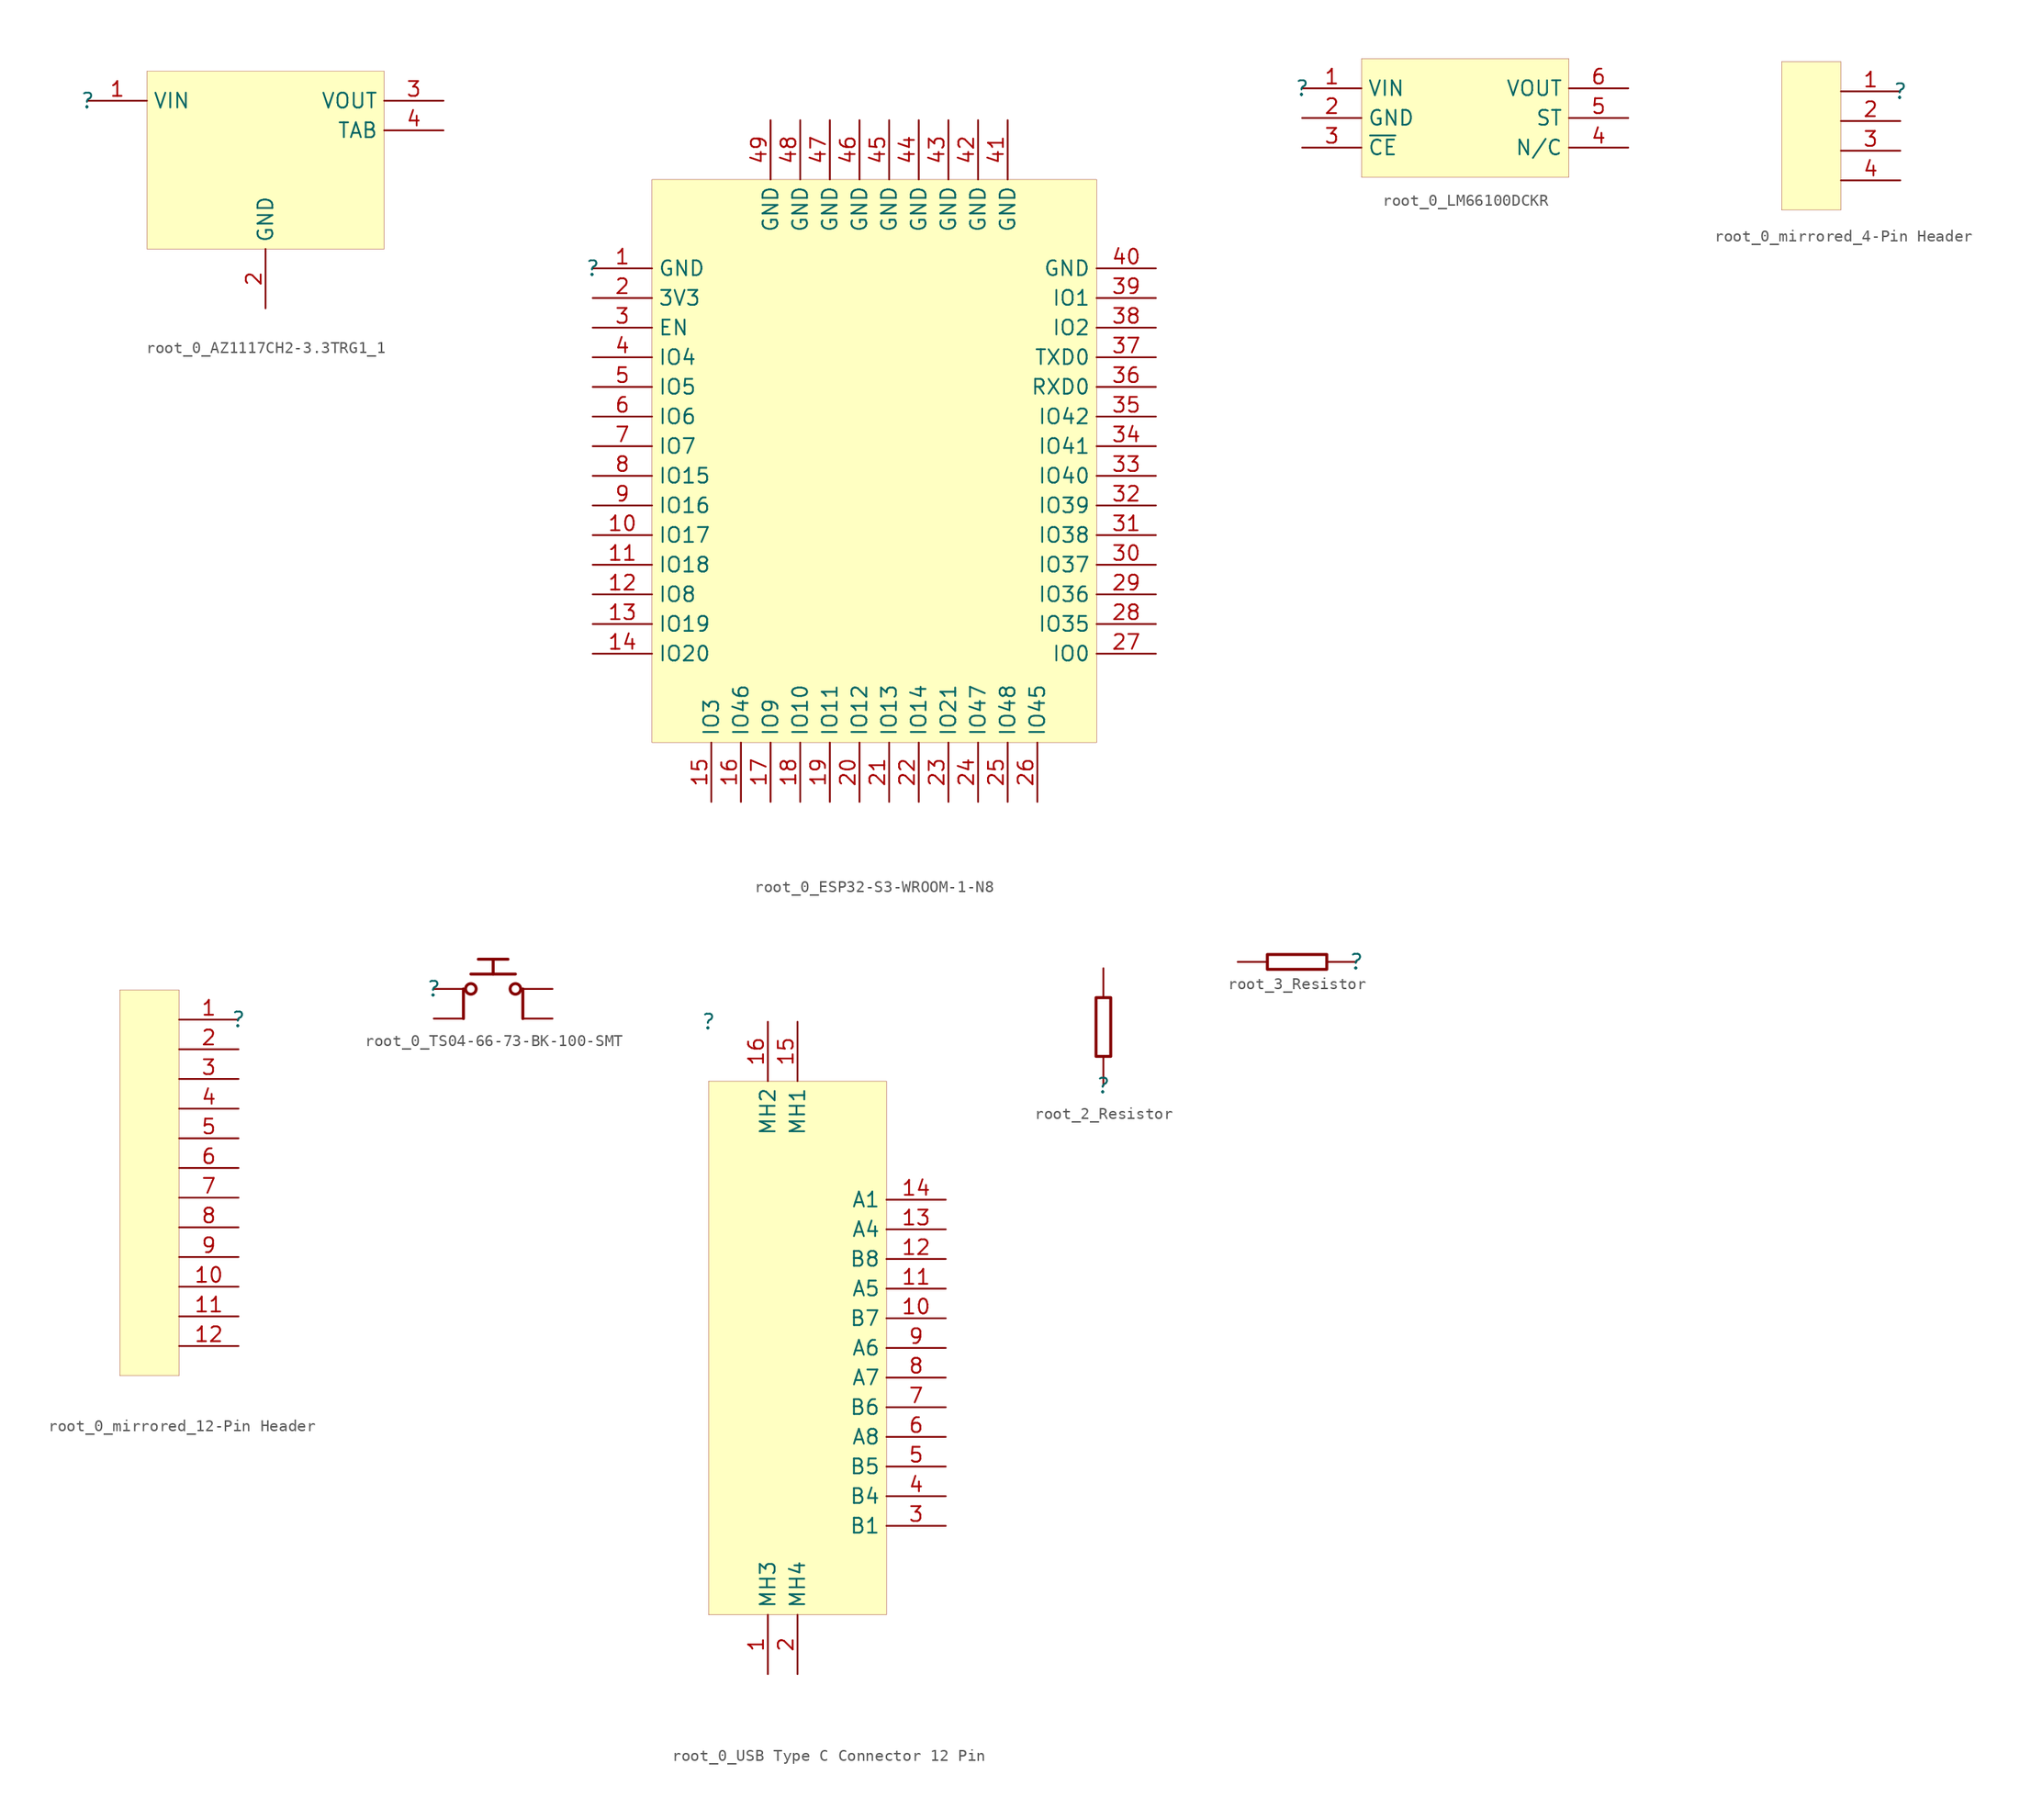
<source format=kicad_sym>
(kicad_symbol_lib
  (version 20231120)
  (generator "kicad_symbol_editor")
  (generator_version "8.0")
  (symbol "root_0_AZ1117CH2-3.3TRG1_1"
    (property "Reference" ""
      (at 0 0 0)
      (effects (font (size 1.27 1.27))))
    (property "Value" ""
      (at 0 0 0)
      (effects (font (size 1.27 1.27))))
    (symbol "root_0_AZ1117CH2-3.3TRG1_1_1_0"
      (rectangle (start 25.4 2.54) (end 5.08 -12.7) (stroke (width 0.025) (type solid) (color 128 0 0 1)) (fill (type background)))
      (pin passive line (at 0 0 0) (length 5.08) (name "VIN" (effects (font (size 1.27 1.27)))) (number "1" (effects (font (size 1.27 1.27)))))
      (pin passive line (at 15.24 -17.78 90) (length 5.08) (name "GND" (effects (font (size 1.27 1.27)))) (number "2" (effects (font (size 1.27 1.27)))))
      (pin passive line (at 30.48 0 180) (length 5.08) (name "VOUT" (effects (font (size 1.27 1.27)))) (number "3" (effects (font (size 1.27 1.27)))))
      (pin passive line (at 30.48 -2.54 180) (length 5.08) (name "TAB" (effects (font (size 1.27 1.27)))) (number "4" (effects (font (size 1.27 1.27)))))))
  (symbol "root_0_ESP32-S3-WROOM-1-N8"
    (property "Reference" ""
      (at 0 0 0)
      (effects (font (size 1.27 1.27))))
    (property "Value" ""
      (at 0 0 0)
      (effects (font (size 1.27 1.27))))
    (symbol "root_0_ESP32-S3-WROOM-1-N8_1_0"
      (rectangle (start 43.18 7.62) (end 5.08 -40.64) (stroke (width 0.025) (type solid) (color 128 0 0 1)) (fill (type background)))
      (pin passive line (at 0 0 0) (length 5.08) (name "GND" (effects (font (size 1.27 1.27)))) (number "1" (effects (font (size 1.27 1.27)))))
      (pin passive line (at 0 -22.86 0) (length 5.08) (name "IO17" (effects (font (size 1.27 1.27)))) (number "10" (effects (font (size 1.27 1.27)))))
      (pin passive line (at 0 -25.4 0) (length 5.08) (name "IO18" (effects (font (size 1.27 1.27)))) (number "11" (effects (font (size 1.27 1.27)))))
      (pin passive line (at 0 -27.94 0) (length 5.08) (name "IO8" (effects (font (size 1.27 1.27)))) (number "12" (effects (font (size 1.27 1.27)))))
      (pin passive line (at 0 -30.48 0) (length 5.08) (name "IO19" (effects (font (size 1.27 1.27)))) (number "13" (effects (font (size 1.27 1.27)))))
      (pin passive line (at 0 -33.02 0) (length 5.08) (name "IO20" (effects (font (size 1.27 1.27)))) (number "14" (effects (font (size 1.27 1.27)))))
      (pin passive line (at 10.16 -45.72 90) (length 5.08) (name "IO3" (effects (font (size 1.27 1.27)))) (number "15" (effects (font (size 1.27 1.27)))))
      (pin passive line (at 12.7 -45.72 90) (length 5.08) (name "IO46" (effects (font (size 1.27 1.27)))) (number "16" (effects (font (size 1.27 1.27)))))
      (pin passive line (at 15.24 -45.72 90) (length 5.08) (name "IO9" (effects (font (size 1.27 1.27)))) (number "17" (effects (font (size 1.27 1.27)))))
      (pin passive line (at 17.78 -45.72 90) (length 5.08) (name "IO10" (effects (font (size 1.27 1.27)))) (number "18" (effects (font (size 1.27 1.27)))))
      (pin passive line (at 20.32 -45.72 90) (length 5.08) (name "IO11" (effects (font (size 1.27 1.27)))) (number "19" (effects (font (size 1.27 1.27)))))
      (pin passive line (at 0 -2.54 0) (length 5.08) (name "3V3" (effects (font (size 1.27 1.27)))) (number "2" (effects (font (size 1.27 1.27)))))
      (pin passive line (at 22.86 -45.72 90) (length 5.08) (name "IO12" (effects (font (size 1.27 1.27)))) (number "20" (effects (font (size 1.27 1.27)))))
      (pin passive line (at 25.4 -45.72 90) (length 5.08) (name "IO13" (effects (font (size 1.27 1.27)))) (number "21" (effects (font (size 1.27 1.27)))))
      (pin passive line (at 27.94 -45.72 90) (length 5.08) (name "IO14" (effects (font (size 1.27 1.27)))) (number "22" (effects (font (size 1.27 1.27)))))
      (pin passive line (at 30.48 -45.72 90) (length 5.08) (name "IO21" (effects (font (size 1.27 1.27)))) (number "23" (effects (font (size 1.27 1.27)))))
      (pin passive line (at 33.02 -45.72 90) (length 5.08) (name "IO47" (effects (font (size 1.27 1.27)))) (number "24" (effects (font (size 1.27 1.27)))))
      (pin passive line (at 35.56 -45.72 90) (length 5.08) (name "IO48" (effects (font (size 1.27 1.27)))) (number "25" (effects (font (size 1.27 1.27)))))
      (pin passive line (at 38.1 -45.72 90) (length 5.08) (name "IO45" (effects (font (size 1.27 1.27)))) (number "26" (effects (font (size 1.27 1.27)))))
      (pin passive line (at 48.26 -33.02 180) (length 5.08) (name "IO0" (effects (font (size 1.27 1.27)))) (number "27" (effects (font (size 1.27 1.27)))))
      (pin passive line (at 48.26 -30.48 180) (length 5.08) (name "IO35" (effects (font (size 1.27 1.27)))) (number "28" (effects (font (size 1.27 1.27)))))
      (pin passive line (at 48.26 -27.94 180) (length 5.08) (name "IO36" (effects (font (size 1.27 1.27)))) (number "29" (effects (font (size 1.27 1.27)))))
      (pin passive line (at 0 -5.08 0) (length 5.08) (name "EN" (effects (font (size 1.27 1.27)))) (number "3" (effects (font (size 1.27 1.27)))))
      (pin passive line (at 48.26 -25.4 180) (length 5.08) (name "IO37" (effects (font (size 1.27 1.27)))) (number "30" (effects (font (size 1.27 1.27)))))
      (pin passive line (at 48.26 -22.86 180) (length 5.08) (name "IO38" (effects (font (size 1.27 1.27)))) (number "31" (effects (font (size 1.27 1.27)))))
      (pin passive line (at 48.26 -20.32 180) (length 5.08) (name "IO39" (effects (font (size 1.27 1.27)))) (number "32" (effects (font (size 1.27 1.27)))))
      (pin passive line (at 48.26 -17.78 180) (length 5.08) (name "IO40" (effects (font (size 1.27 1.27)))) (number "33" (effects (font (size 1.27 1.27)))))
      (pin passive line (at 48.26 -15.24 180) (length 5.08) (name "IO41" (effects (font (size 1.27 1.27)))) (number "34" (effects (font (size 1.27 1.27)))))
      (pin passive line (at 48.26 -12.7 180) (length 5.08) (name "IO42" (effects (font (size 1.27 1.27)))) (number "35" (effects (font (size 1.27 1.27)))))
      (pin passive line (at 48.26 -10.16 180) (length 5.08) (name "RXD0" (effects (font (size 1.27 1.27)))) (number "36" (effects (font (size 1.27 1.27)))))
      (pin passive line (at 48.26 -7.62 180) (length 5.08) (name "TXD0" (effects (font (size 1.27 1.27)))) (number "37" (effects (font (size 1.27 1.27)))))
      (pin passive line (at 48.26 -5.08 180) (length 5.08) (name "IO2" (effects (font (size 1.27 1.27)))) (number "38" (effects (font (size 1.27 1.27)))))
      (pin passive line (at 48.26 -2.54 180) (length 5.08) (name "IO1" (effects (font (size 1.27 1.27)))) (number "39" (effects (font (size 1.27 1.27)))))
      (pin passive line (at 0 -7.62 0) (length 5.08) (name "IO4" (effects (font (size 1.27 1.27)))) (number "4" (effects (font (size 1.27 1.27)))))
      (pin passive line (at 48.26 0 180) (length 5.08) (name "GND" (effects (font (size 1.27 1.27)))) (number "40" (effects (font (size 1.27 1.27)))))
      (pin passive line (at 35.56 12.7 270) (length 5.08) (name "GND" (effects (font (size 1.27 1.27)))) (number "41" (effects (font (size 1.27 1.27)))))
      (pin passive line (at 33.02 12.7 270) (length 5.08) (name "GND" (effects (font (size 1.27 1.27)))) (number "42" (effects (font (size 1.27 1.27)))))
      (pin passive line (at 30.48 12.7 270) (length 5.08) (name "GND" (effects (font (size 1.27 1.27)))) (number "43" (effects (font (size 1.27 1.27)))))
      (pin passive line (at 27.94 12.7 270) (length 5.08) (name "GND" (effects (font (size 1.27 1.27)))) (number "44" (effects (font (size 1.27 1.27)))))
      (pin passive line (at 25.4 12.7 270) (length 5.08) (name "GND" (effects (font (size 1.27 1.27)))) (number "45" (effects (font (size 1.27 1.27)))))
      (pin passive line (at 22.86 12.7 270) (length 5.08) (name "GND" (effects (font (size 1.27 1.27)))) (number "46" (effects (font (size 1.27 1.27)))))
      (pin passive line (at 20.32 12.7 270) (length 5.08) (name "GND" (effects (font (size 1.27 1.27)))) (number "47" (effects (font (size 1.27 1.27)))))
      (pin passive line (at 17.78 12.7 270) (length 5.08) (name "GND" (effects (font (size 1.27 1.27)))) (number "48" (effects (font (size 1.27 1.27)))))
      (pin passive line (at 15.24 12.7 270) (length 5.08) (name "GND" (effects (font (size 1.27 1.27)))) (number "49" (effects (font (size 1.27 1.27)))))
      (pin passive line (at 0 -10.16 0) (length 5.08) (name "IO5" (effects (font (size 1.27 1.27)))) (number "5" (effects (font (size 1.27 1.27)))))
      (pin passive line (at 0 -12.7 0) (length 5.08) (name "IO6" (effects (font (size 1.27 1.27)))) (number "6" (effects (font (size 1.27 1.27)))))
      (pin passive line (at 0 -15.24 0) (length 5.08) (name "IO7" (effects (font (size 1.27 1.27)))) (number "7" (effects (font (size 1.27 1.27)))))
      (pin passive line (at 0 -17.78 0) (length 5.08) (name "IO15" (effects (font (size 1.27 1.27)))) (number "8" (effects (font (size 1.27 1.27)))))
      (pin passive line (at 0 -20.32 0) (length 5.08) (name "IO16" (effects (font (size 1.27 1.27)))) (number "9" (effects (font (size 1.27 1.27)))))))
  (symbol "root_0_LM66100DCKR"
    (property "Reference" ""
      (at 0 0 0)
      (effects (font (size 1.27 1.27))))
    (property "Value" ""
      (at 0 0 0)
      (effects (font (size 1.27 1.27))))
    (symbol "root_0_LM66100DCKR_1_0"
      (rectangle (start 22.86 2.54) (end 5.08 -7.62) (stroke (width 0.025) (type solid) (color 128 0 0 1)) (fill (type background)))
      (pin passive line (at 0 0 0) (length 5.08) (name "VIN" (effects (font (size 1.27 1.27)))) (number "1" (effects (font (size 1.27 1.27)))))
      (pin passive line (at 0 -2.54 0) (length 5.08) (name "GND" (effects (font (size 1.27 1.27)))) (number "2" (effects (font (size 1.27 1.27)))))
      (pin passive line (at 0 -5.08 0) (length 5.08) (name "~{CE}" (effects (font (size 1.27 1.27)))) (number "3" (effects (font (size 1.27 1.27)))))
      (pin passive line (at 27.94 -5.08 180) (length 5.08) (name "N/C" (effects (font (size 1.27 1.27)))) (number "4" (effects (font (size 1.27 1.27)))))
      (pin passive line (at 27.94 -2.54 180) (length 5.08) (name "ST" (effects (font (size 1.27 1.27)))) (number "5" (effects (font (size 1.27 1.27)))))
      (pin passive line (at 27.94 0 180) (length 5.08) (name "VOUT" (effects (font (size 1.27 1.27)))) (number "6" (effects (font (size 1.27 1.27)))))))
  (symbol "root_0_mirrored_4-Pin Header"
    (property "Reference" ""
      (at 0 0 0)
      (effects (font (size 1.27 1.27))))
    (property "Value" ""
      (at 0 0 0)
      (effects (font (size 1.27 1.27))))
    (symbol "root_0_mirrored_4-Pin Header_1_0"
      (rectangle (start -5.08 2.54) (end -10.16 -10.16) (stroke (width 0.025) (type solid) (color 128 0 0 1)) (fill (type background)))
      (pin passive line (at 0 0 180) (length 5.08) (name "" (effects (font (size 1.27 1.27)))) (number "1" (effects (font (size 1.27 1.27)))))
      (pin passive line (at 0 -2.54 180) (length 5.08) (name "" (effects (font (size 1.27 1.27)))) (number "2" (effects (font (size 1.27 1.27)))))
      (pin passive line (at 0 -5.08 180) (length 5.08) (name "" (effects (font (size 1.27 1.27)))) (number "3" (effects (font (size 1.27 1.27)))))
      (pin passive line (at 0 -7.62 180) (length 5.08) (name "" (effects (font (size 1.27 1.27)))) (number "4" (effects (font (size 1.27 1.27)))))))
  (symbol "root_0_mirrored_12-Pin Header"
    (property "Reference" ""
      (at 0 0 0)
      (effects (font (size 1.27 1.27))))
    (property "Value" ""
      (at 0 0 0)
      (effects (font (size 1.27 1.27))))
    (symbol "root_0_mirrored_12-Pin Header_1_0"
      (rectangle (start -5.08 2.54) (end -10.16 -30.48) (stroke (width 0.025) (type solid) (color 128 0 0 1)) (fill (type background)))
      (pin passive line (at 0 0 180) (length 5.08) (name "" (effects (font (size 1.27 1.27)))) (number "1" (effects (font (size 1.27 1.27)))))
      (pin passive line (at 0 -22.86 180) (length 5.08) (name "" (effects (font (size 1.27 1.27)))) (number "10" (effects (font (size 1.27 1.27)))))
      (pin passive line (at 0 -25.4 180) (length 5.08) (name "" (effects (font (size 0 0)))) (number "11" (effects (font (size 1.27 1.27)))))
      (pin passive line (at 0 -27.94 180) (length 5.08) (name "" (effects (font (size 0 0)))) (number "12" (effects (font (size 1.27 1.27)))))
      (pin passive line (at 0 -2.54 180) (length 5.08) (name "" (effects (font (size 1.27 1.27)))) (number "2" (effects (font (size 1.27 1.27)))))
      (pin passive line (at 0 -5.08 180) (length 5.08) (name "" (effects (font (size 1.27 1.27)))) (number "3" (effects (font (size 1.27 1.27)))))
      (pin passive line (at 0 -7.62 180) (length 5.08) (name "" (effects (font (size 1.27 1.27)))) (number "4" (effects (font (size 1.27 1.27)))))
      (pin passive line (at 0 -10.16 180) (length 5.08) (name "" (effects (font (size 1.27 1.27)))) (number "5" (effects (font (size 1.27 1.27)))))
      (pin passive line (at 0 -12.7 180) (length 5.08) (name "" (effects (font (size 1.27 1.27)))) (number "6" (effects (font (size 1.27 1.27)))))
      (pin passive line (at 0 -15.24 180) (length 5.08) (name "" (effects (font (size 1.27 1.27)))) (number "7" (effects (font (size 1.27 1.27)))))
      (pin passive line (at 0 -17.78 180) (length 5.08) (name "" (effects (font (size 1.27 1.27)))) (number "8" (effects (font (size 1.27 1.27)))))
      (pin passive line (at 0 -20.32 180) (length 5.08) (name "" (effects (font (size 1.27 1.27)))) (number "9" (effects (font (size 1.27 1.27)))))))
  (symbol "root_0_TS04-66-73-BK-100-SMT"
    (property "Reference" ""
      (at 0 0 0)
      (effects (font (size 1.27 1.27))))
    (property "Value" ""
      (at 0 0 0)
      (effects (font (size 1.27 1.27))))
    (symbol "root_0_TS04-66-73-BK-100-SMT_1_0"
      (polyline (pts (xy 2.54 -2.54) (xy 2.54 0)) (stroke (width 0.254) (type solid)) (fill (type none)))
      (polyline (pts (xy 3.175 1.27) (xy 6.985 1.27)) (stroke (width 0.254) (type solid)) (fill (type none)))
      (polyline (pts (xy 3.81 2.54) (xy 6.35 2.54)) (stroke (width 0.254) (type solid)) (fill (type none)))
      (polyline (pts (xy 5.08 1.27) (xy 5.08 2.54)) (stroke (width 0.254) (type solid)) (fill (type none)))
      (polyline (pts (xy 7.62 0) (xy 7.62 -2.54)) (stroke (width 0.254) (type solid)) (fill (type none)))
      (circle (center 3.175 0) (radius 0.451) (stroke (width 0.254) (type solid)) (fill (type none)))
      (circle (center 6.985 0) (radius 0.451) (stroke (width 0.254) (type solid)) (fill (type none)))
      (pin passive line (at 0 0 0) (length 2.54) (name "" (effects (font (size 1.27 1.27)))) (number "1" (effects (font (size 0 0)))))
      (pin passive line (at 0 -2.54 0) (length 2.54) (name "" (effects (font (size 1.27 1.27)))) (number "2" (effects (font (size 0 0)))))
      (pin passive line (at 10.16 0 180) (length 2.54) (name "" (effects (font (size 0 0)))) (number "3" (effects (font (size 0 0)))))
      (pin passive line (at 10.16 -2.54 180) (length 2.54) (name "" (effects (font (size 0 0)))) (number "4" (effects (font (size 0 0)))))))
  (symbol "root_0_USB Type C Connector 12 Pin"
    (property "Reference" ""
      (at 0 0 0)
      (effects (font (size 1.27 1.27))))
    (property "Value" ""
      (at 0 0 0)
      (effects (font (size 1.27 1.27))))
    (symbol "root_0_USB Type C Connector 12 Pin_1_0"
      (rectangle (start 15.24 -5.08) (end 0 -50.8) (stroke (width 0.025) (type solid) (color 128 0 0 1)) (fill (type background)))
      (pin passive line (at 5.08 -55.88 90) (length 5.08) (name "MH3" (effects (font (size 1.27 1.27)))) (number "1" (effects (font (size 1.27 1.27)))))
      (pin passive line (at 20.32 -25.4 180) (length 5.08) (name "B7" (effects (font (size 1.27 1.27)))) (number "10" (effects (font (size 1.27 1.27)))))
      (pin passive line (at 20.32 -22.86 180) (length 5.08) (name "A5" (effects (font (size 1.27 1.27)))) (number "11" (effects (font (size 1.27 1.27)))))
      (pin passive line (at 20.32 -20.32 180) (length 5.08) (name "B8" (effects (font (size 1.27 1.27)))) (number "12" (effects (font (size 1.27 1.27)))))
      (pin passive line (at 20.32 -17.78 180) (length 5.08) (name "A4" (effects (font (size 1.27 1.27)))) (number "13" (effects (font (size 1.27 1.27)))))
      (pin passive line (at 20.32 -15.24 180) (length 5.08) (name "A1" (effects (font (size 1.27 1.27)))) (number "14" (effects (font (size 1.27 1.27)))))
      (pin passive line (at 7.62 0 270) (length 5.08) (name "MH1" (effects (font (size 1.27 1.27)))) (number "15" (effects (font (size 1.27 1.27)))))
      (pin passive line (at 5.08 0 270) (length 5.08) (name "MH2" (effects (font (size 1.27 1.27)))) (number "16" (effects (font (size 1.27 1.27)))))
      (pin passive line (at 7.62 -55.88 90) (length 5.08) (name "MH4" (effects (font (size 1.27 1.27)))) (number "2" (effects (font (size 1.27 1.27)))))
      (pin passive line (at 20.32 -43.18 180) (length 5.08) (name "B1" (effects (font (size 1.27 1.27)))) (number "3" (effects (font (size 1.27 1.27)))))
      (pin passive line (at 20.32 -40.64 180) (length 5.08) (name "B4" (effects (font (size 1.27 1.27)))) (number "4" (effects (font (size 1.27 1.27)))))
      (pin passive line (at 20.32 -38.1 180) (length 5.08) (name "B5" (effects (font (size 1.27 1.27)))) (number "5" (effects (font (size 1.27 1.27)))))
      (pin passive line (at 20.32 -35.56 180) (length 5.08) (name "A8" (effects (font (size 1.27 1.27)))) (number "6" (effects (font (size 1.27 1.27)))))
      (pin passive line (at 20.32 -33.02 180) (length 5.08) (name "B6" (effects (font (size 1.27 1.27)))) (number "7" (effects (font (size 1.27 1.27)))))
      (pin passive line (at 20.32 -30.48 180) (length 5.08) (name "A7" (effects (font (size 1.27 1.27)))) (number "8" (effects (font (size 1.27 1.27)))))
      (pin passive line (at 20.32 -27.94 180) (length 5.08) (name "A6" (effects (font (size 1.27 1.27)))) (number "9" (effects (font (size 1.27 1.27)))))))
  (symbol "root_2_Resistor"
    (property "Reference" ""
      (at 0 0 0)
      (effects (font (size 1.27 1.27))))
    (property "Value" ""
      (at 0 0 0)
      (effects (font (size 1.27 1.27))))
    (symbol "root_2_Resistor_1_0"
      (polyline (pts (xy 0.635 2.54) (xy -0.635 2.54) (xy -0.635 7.62) (xy 0.635 7.62) (xy 0.635 2.54)) (stroke (width 0.254) (type solid)) (fill (type none)))
      (pin passive line (at 0 0 90) (length 2.54) (name "" (effects (font (size 1.27 1.27)))) (number "1" (effects (font (size 0 0)))))
      (pin passive line (at 0 10.16 270) (length 2.54) (name "" (effects (font (size 0 0)))) (number "2" (effects (font (size 0 0)))))))
  (symbol "root_3_Resistor"
    (property "Reference" ""
      (at 0 0 0)
      (effects (font (size 1.27 1.27))))
    (property "Value" ""
      (at 0 0 0)
      (effects (font (size 1.27 1.27))))
    (symbol "root_3_Resistor_1_0"
      (polyline (pts (xy -2.54 0.635) (xy -2.54 -0.635) (xy -7.62 -0.635) (xy -7.62 0.635) (xy -2.54 0.635)) (stroke (width 0.254) (type solid)) (fill (type none)))
      (pin passive line (at 0 0 180) (length 2.54) (name "" (effects (font (size 1.27 1.27)))) (number "1" (effects (font (size 0 0)))))
      (pin passive line (at -10.16 0 0) (length 2.54) (name "" (effects (font (size 0 0)))) (number "2" (effects (font (size 0 0))))))))
</source>
